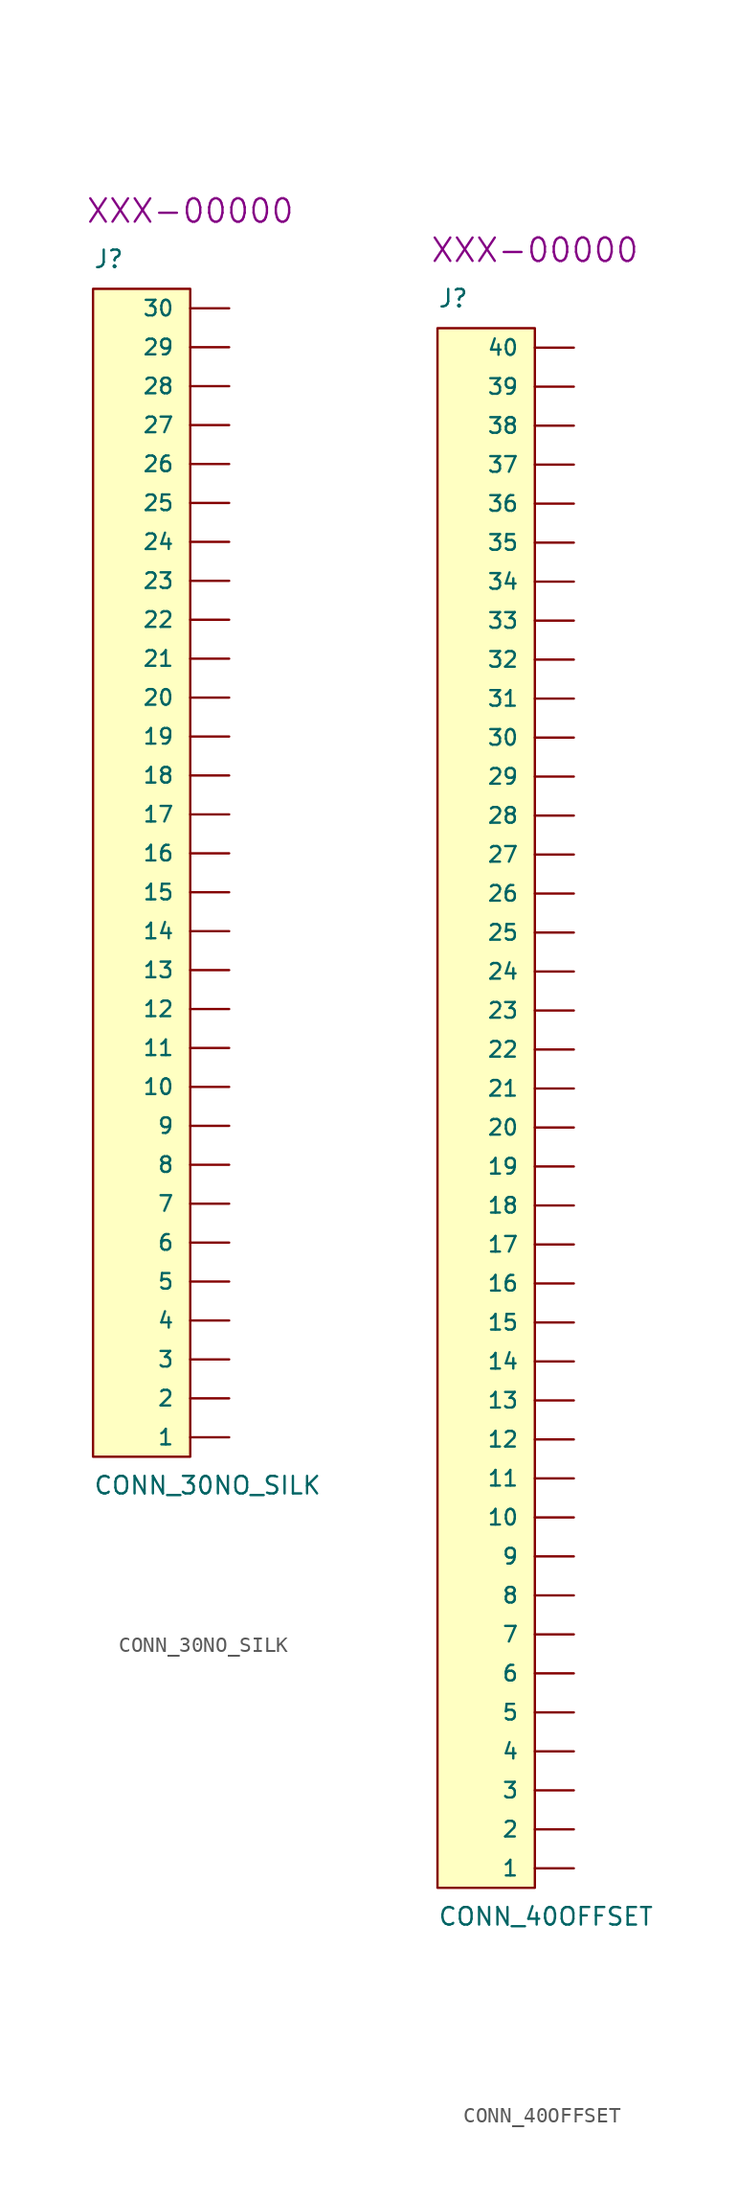
<source format=kicad_sym>
(kicad_symbol_lib
  (version 20201005)
  (generator kicad_symbol_editor)
  (symbol "CONN_30NO_SILK"
    (pin_numbers hide)
    (pin_names
      (offset 1.016))
    (property "Reference" "J"
      (at -6.35 76.2 0)
      (effects (font (size 1.143 1.143)) (justify left bottom)))
    (property "Value" "CONN_30NO_SILK"
      (at -6.35 -3.81 0)
      (effects (font (size 1.143 1.143)) (justify left bottom)))
    (property "Field4" "XXX-00000"
      (at 0 80.01 0)
      (effects (font (size 1.524 1.524))))
    (property "ki_locked" ""
      (at 0 0 0)
      (effects (font (size 1.27 1.27))))
    (symbol "CONN_30NO_SILK_0_1"
      (rectangle (start 0 -1.27) (end -6.35 74.93) (stroke (width 0)) (fill (type background))))
    (symbol "CONN_30NO_SILK_1_1"
      (pin passive line (at 2.54 0 180) (length 2.54) (name "1" (effects (font (size 1.016 1.016)))) (number "1" (effects (font (size 1.016 1.016)))))
      (pin passive line (at 2.54 2.54 180) (length 2.54) (name "2" (effects (font (size 1.016 1.016)))) (number "2" (effects (font (size 1.016 1.016)))))
      (pin passive line (at 2.54 5.08 180) (length 2.54) (name "3" (effects (font (size 1.016 1.016)))) (number "3" (effects (font (size 1.016 1.016)))))
      (pin passive line (at 2.54 7.62 180) (length 2.54) (name "4" (effects (font (size 1.016 1.016)))) (number "4" (effects (font (size 1.016 1.016)))))
      (pin passive line (at 2.54 10.16 180) (length 2.54) (name "5" (effects (font (size 1.016 1.016)))) (number "5" (effects (font (size 1.016 1.016)))))
      (pin passive line (at 2.54 12.7 180) (length 2.54) (name "6" (effects (font (size 1.016 1.016)))) (number "6" (effects (font (size 1.016 1.016)))))
      (pin passive line (at 2.54 15.24 180) (length 2.54) (name "7" (effects (font (size 1.016 1.016)))) (number "7" (effects (font (size 1.016 1.016)))))
      (pin passive line (at 2.54 17.78 180) (length 2.54) (name "8" (effects (font (size 1.016 1.016)))) (number "8" (effects (font (size 1.016 1.016)))))
      (pin passive line (at 2.54 20.32 180) (length 2.54) (name "9" (effects (font (size 1.016 1.016)))) (number "9" (effects (font (size 1.016 1.016)))))
      (pin passive line (at 2.54 22.86 180) (length 2.54) (name "10" (effects (font (size 1.016 1.016)))) (number "10" (effects (font (size 1.016 1.016)))))
      (pin passive line (at 2.54 48.26 180) (length 2.54) (name "20" (effects (font (size 1.016 1.016)))) (number "20" (effects (font (size 1.016 1.016)))))
      (pin passive line (at 2.54 73.66 180) (length 2.54) (name "30" (effects (font (size 1.016 1.016)))) (number "30" (effects (font (size 1.016 1.016)))))
      (pin passive line (at 2.54 25.4 180) (length 2.54) (name "11" (effects (font (size 1.016 1.016)))) (number "11" (effects (font (size 1.016 1.016)))))
      (pin passive line (at 2.54 50.8 180) (length 2.54) (name "21" (effects (font (size 1.016 1.016)))) (number "21" (effects (font (size 1.016 1.016)))))
      (pin passive line (at 2.54 27.94 180) (length 2.54) (name "12" (effects (font (size 1.016 1.016)))) (number "12" (effects (font (size 1.016 1.016)))))
      (pin passive line (at 2.54 53.34 180) (length 2.54) (name "22" (effects (font (size 1.016 1.016)))) (number "22" (effects (font (size 1.016 1.016)))))
      (pin passive line (at 2.54 30.48 180) (length 2.54) (name "13" (effects (font (size 1.016 1.016)))) (number "13" (effects (font (size 1.016 1.016)))))
      (pin passive line (at 2.54 55.88 180) (length 2.54) (name "23" (effects (font (size 1.016 1.016)))) (number "23" (effects (font (size 1.016 1.016)))))
      (pin passive line (at 2.54 33.02 180) (length 2.54) (name "14" (effects (font (size 1.016 1.016)))) (number "14" (effects (font (size 1.016 1.016)))))
      (pin passive line (at 2.54 58.42 180) (length 2.54) (name "24" (effects (font (size 1.016 1.016)))) (number "24" (effects (font (size 1.016 1.016)))))
      (pin passive line (at 2.54 35.56 180) (length 2.54) (name "15" (effects (font (size 1.016 1.016)))) (number "15" (effects (font (size 1.016 1.016)))))
      (pin passive line (at 2.54 60.96 180) (length 2.54) (name "25" (effects (font (size 1.016 1.016)))) (number "25" (effects (font (size 1.016 1.016)))))
      (pin passive line (at 2.54 38.1 180) (length 2.54) (name "16" (effects (font (size 1.016 1.016)))) (number "16" (effects (font (size 1.016 1.016)))))
      (pin passive line (at 2.54 63.5 180) (length 2.54) (name "26" (effects (font (size 1.016 1.016)))) (number "26" (effects (font (size 1.016 1.016)))))
      (pin passive line (at 2.54 40.64 180) (length 2.54) (name "17" (effects (font (size 1.016 1.016)))) (number "17" (effects (font (size 1.016 1.016)))))
      (pin passive line (at 2.54 66.04 180) (length 2.54) (name "27" (effects (font (size 1.016 1.016)))) (number "27" (effects (font (size 1.016 1.016)))))
      (pin passive line (at 2.54 43.18 180) (length 2.54) (name "18" (effects (font (size 1.016 1.016)))) (number "18" (effects (font (size 1.016 1.016)))))
      (pin passive line (at 2.54 68.58 180) (length 2.54) (name "28" (effects (font (size 1.016 1.016)))) (number "28" (effects (font (size 1.016 1.016)))))
      (pin passive line (at 2.54 45.72 180) (length 2.54) (name "19" (effects (font (size 1.016 1.016)))) (number "19" (effects (font (size 1.016 1.016)))))
      (pin passive line (at 2.54 71.12 180) (length 2.54) (name "29" (effects (font (size 1.016 1.016)))) (number "29" (effects (font (size 1.016 1.016)))))))
  (symbol "CONN_40OFFSET"
    (pin_numbers hide)
    (pin_names
      (offset 1.016))
    (property "Reference" "J"
      (at -6.35 101.6 0)
      (effects (font (size 1.143 1.143)) (justify left bottom)))
    (property "Value" "CONN_40OFFSET"
      (at -6.35 -3.81 0)
      (effects (font (size 1.143 1.143)) (justify left bottom)))
    (property "Field4" "XXX-00000"
      (at 0 105.41 0)
      (effects (font (size 1.524 1.524))))
    (property "ki_locked" ""
      (at 0 0 0)
      (effects (font (size 1.27 1.27))))
    (symbol "CONN_40OFFSET_0_1"
      (rectangle (start 0 -1.27) (end -6.35 100.33) (stroke (width 0)) (fill (type background))))
    (symbol "CONN_40OFFSET_1_1"
      (pin passive line (at 2.54 0 180) (length 2.54) (name "1" (effects (font (size 1.016 1.016)))) (number "1" (effects (font (size 1.016 1.016)))))
      (pin passive line (at 2.54 2.54 180) (length 2.54) (name "2" (effects (font (size 1.016 1.016)))) (number "2" (effects (font (size 1.016 1.016)))))
      (pin passive line (at 2.54 5.08 180) (length 2.54) (name "3" (effects (font (size 1.016 1.016)))) (number "3" (effects (font (size 1.016 1.016)))))
      (pin passive line (at 2.54 7.62 180) (length 2.54) (name "4" (effects (font (size 1.016 1.016)))) (number "4" (effects (font (size 1.016 1.016)))))
      (pin passive line (at 2.54 10.16 180) (length 2.54) (name "5" (effects (font (size 1.016 1.016)))) (number "5" (effects (font (size 1.016 1.016)))))
      (pin passive line (at 2.54 12.7 180) (length 2.54) (name "6" (effects (font (size 1.016 1.016)))) (number "6" (effects (font (size 1.016 1.016)))))
      (pin passive line (at 2.54 15.24 180) (length 2.54) (name "7" (effects (font (size 1.016 1.016)))) (number "7" (effects (font (size 1.016 1.016)))))
      (pin passive line (at 2.54 17.78 180) (length 2.54) (name "8" (effects (font (size 1.016 1.016)))) (number "8" (effects (font (size 1.016 1.016)))))
      (pin passive line (at 2.54 20.32 180) (length 2.54) (name "9" (effects (font (size 1.016 1.016)))) (number "9" (effects (font (size 1.016 1.016)))))
      (pin passive line (at 2.54 22.86 180) (length 2.54) (name "10" (effects (font (size 1.016 1.016)))) (number "10" (effects (font (size 1.016 1.016)))))
      (pin passive line (at 2.54 48.26 180) (length 2.54) (name "20" (effects (font (size 1.016 1.016)))) (number "20" (effects (font (size 1.016 1.016)))))
      (pin passive line (at 2.54 73.66 180) (length 2.54) (name "30" (effects (font (size 1.016 1.016)))) (number "30" (effects (font (size 1.016 1.016)))))
      (pin passive line (at 2.54 99.06 180) (length 2.54) (name "40" (effects (font (size 1.016 1.016)))) (number "40" (effects (font (size 1.016 1.016)))))
      (pin passive line (at 2.54 25.4 180) (length 2.54) (name "11" (effects (font (size 1.016 1.016)))) (number "11" (effects (font (size 1.016 1.016)))))
      (pin passive line (at 2.54 50.8 180) (length 2.54) (name "21" (effects (font (size 1.016 1.016)))) (number "21" (effects (font (size 1.016 1.016)))))
      (pin passive line (at 2.54 76.2 180) (length 2.54) (name "31" (effects (font (size 1.016 1.016)))) (number "31" (effects (font (size 1.016 1.016)))))
      (pin passive line (at 2.54 27.94 180) (length 2.54) (name "12" (effects (font (size 1.016 1.016)))) (number "12" (effects (font (size 1.016 1.016)))))
      (pin passive line (at 2.54 53.34 180) (length 2.54) (name "22" (effects (font (size 1.016 1.016)))) (number "22" (effects (font (size 1.016 1.016)))))
      (pin passive line (at 2.54 78.74 180) (length 2.54) (name "32" (effects (font (size 1.016 1.016)))) (number "32" (effects (font (size 1.016 1.016)))))
      (pin passive line (at 2.54 30.48 180) (length 2.54) (name "13" (effects (font (size 1.016 1.016)))) (number "13" (effects (font (size 1.016 1.016)))))
      (pin passive line (at 2.54 55.88 180) (length 2.54) (name "23" (effects (font (size 1.016 1.016)))) (number "23" (effects (font (size 1.016 1.016)))))
      (pin passive line (at 2.54 81.28 180) (length 2.54) (name "33" (effects (font (size 1.016 1.016)))) (number "33" (effects (font (size 1.016 1.016)))))
      (pin passive line (at 2.54 33.02 180) (length 2.54) (name "14" (effects (font (size 1.016 1.016)))) (number "14" (effects (font (size 1.016 1.016)))))
      (pin passive line (at 2.54 58.42 180) (length 2.54) (name "24" (effects (font (size 1.016 1.016)))) (number "24" (effects (font (size 1.016 1.016)))))
      (pin passive line (at 2.54 83.82 180) (length 2.54) (name "34" (effects (font (size 1.016 1.016)))) (number "34" (effects (font (size 1.016 1.016)))))
      (pin passive line (at 2.54 35.56 180) (length 2.54) (name "15" (effects (font (size 1.016 1.016)))) (number "15" (effects (font (size 1.016 1.016)))))
      (pin passive line (at 2.54 60.96 180) (length 2.54) (name "25" (effects (font (size 1.016 1.016)))) (number "25" (effects (font (size 1.016 1.016)))))
      (pin passive line (at 2.54 86.36 180) (length 2.54) (name "35" (effects (font (size 1.016 1.016)))) (number "35" (effects (font (size 1.016 1.016)))))
      (pin passive line (at 2.54 38.1 180) (length 2.54) (name "16" (effects (font (size 1.016 1.016)))) (number "16" (effects (font (size 1.016 1.016)))))
      (pin passive line (at 2.54 63.5 180) (length 2.54) (name "26" (effects (font (size 1.016 1.016)))) (number "26" (effects (font (size 1.016 1.016)))))
      (pin passive line (at 2.54 88.9 180) (length 2.54) (name "36" (effects (font (size 1.016 1.016)))) (number "36" (effects (font (size 1.016 1.016)))))
      (pin passive line (at 2.54 40.64 180) (length 2.54) (name "17" (effects (font (size 1.016 1.016)))) (number "17" (effects (font (size 1.016 1.016)))))
      (pin passive line (at 2.54 66.04 180) (length 2.54) (name "27" (effects (font (size 1.016 1.016)))) (number "27" (effects (font (size 1.016 1.016)))))
      (pin passive line (at 2.54 91.44 180) (length 2.54) (name "37" (effects (font (size 1.016 1.016)))) (number "37" (effects (font (size 1.016 1.016)))))
      (pin passive line (at 2.54 43.18 180) (length 2.54) (name "18" (effects (font (size 1.016 1.016)))) (number "18" (effects (font (size 1.016 1.016)))))
      (pin passive line (at 2.54 68.58 180) (length 2.54) (name "28" (effects (font (size 1.016 1.016)))) (number "28" (effects (font (size 1.016 1.016)))))
      (pin passive line (at 2.54 93.98 180) (length 2.54) (name "38" (effects (font (size 1.016 1.016)))) (number "38" (effects (font (size 1.016 1.016)))))
      (pin passive line (at 2.54 45.72 180) (length 2.54) (name "19" (effects (font (size 1.016 1.016)))) (number "19" (effects (font (size 1.016 1.016)))))
      (pin passive line (at 2.54 71.12 180) (length 2.54) (name "29" (effects (font (size 1.016 1.016)))) (number "29" (effects (font (size 1.016 1.016)))))
      (pin passive line (at 2.54 96.52 180) (length 2.54) (name "39" (effects (font (size 1.016 1.016)))) (number "39" (effects (font (size 1.016 1.016))))))))
</source>
